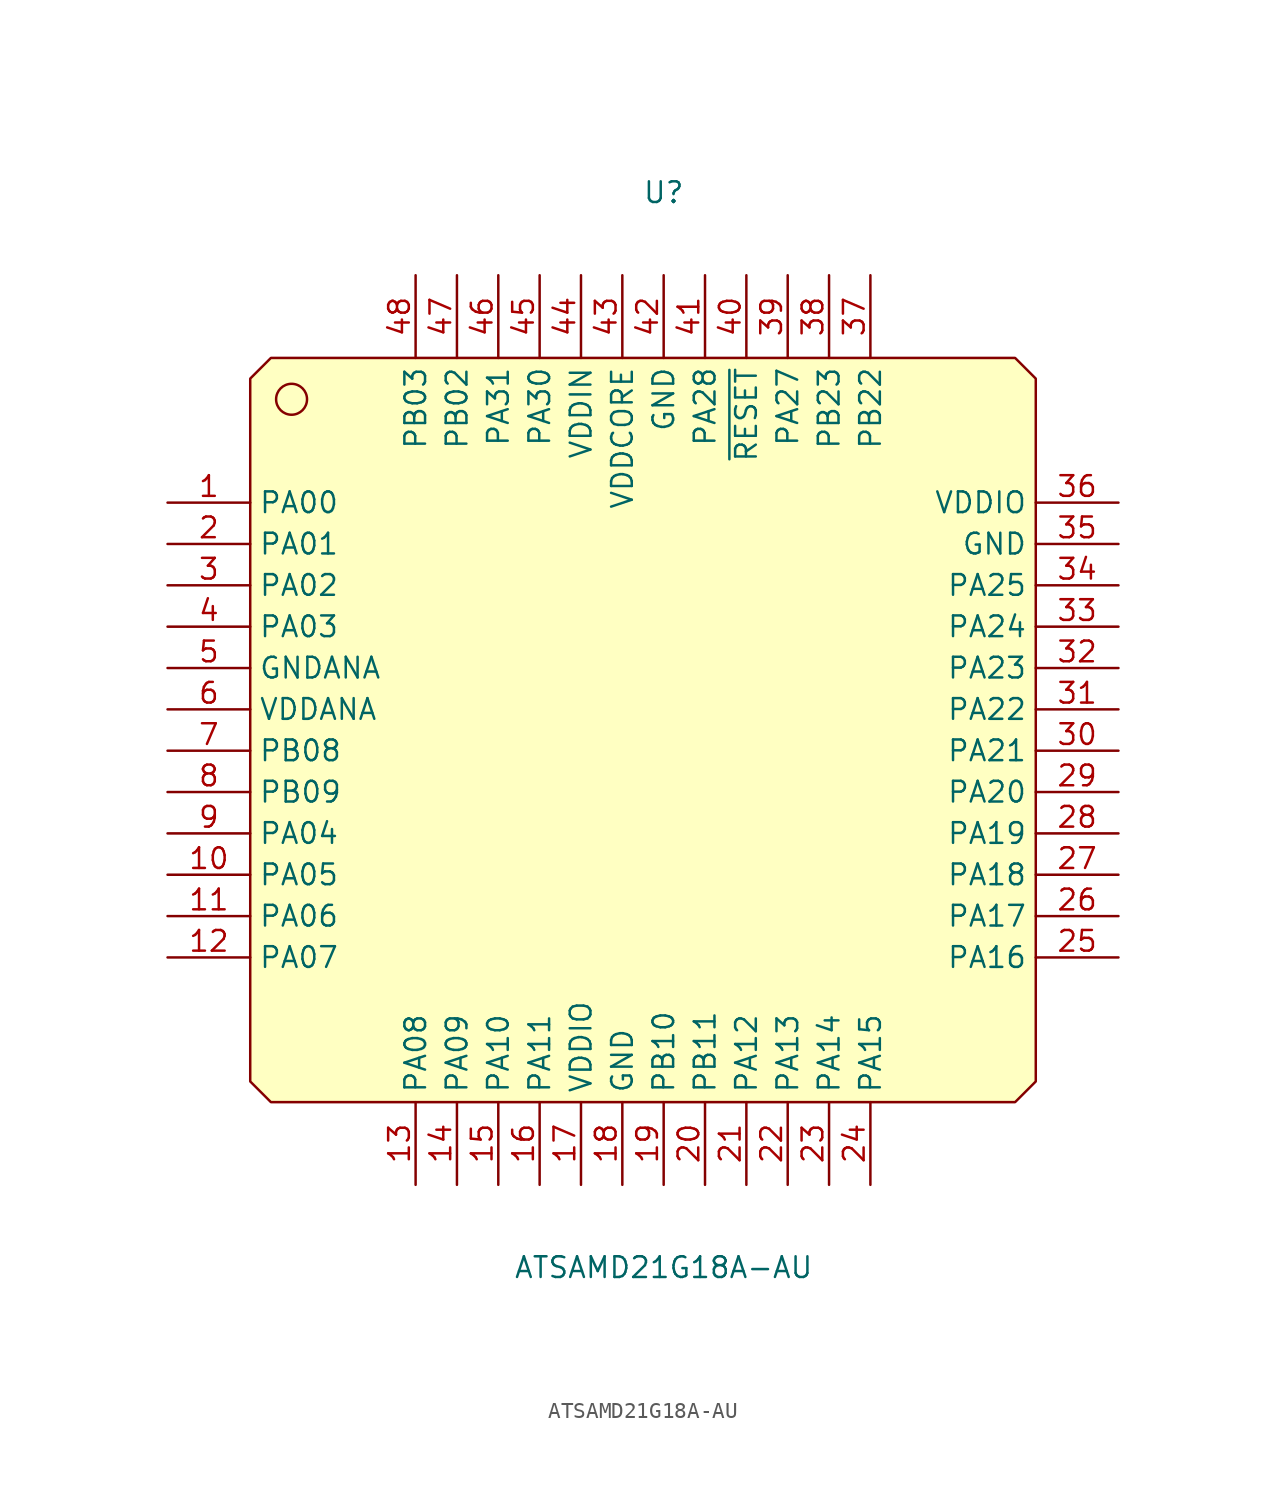
<source format=kicad_sym>
(kicad_symbol_lib
  (version 20211014)
  (generator https://github.com/uPesy/easyeda2kicad.py)
  (symbol "ATSAMD21G18A-AU"
    (property "Reference" "U"
      (at 0 33.02 0)
      (effects (font (size 1.27 1.27))))
    (property "Value" "ATSAMD21G18A-AU"
      (at 0 -33.02 0)
      (effects (font (size 1.27 1.27))))
    (symbol "ATSAMD21G18A-AU_0_1"
      (circle (center -22.86 20.32) (radius 0.95) (stroke (width 0) (type default) (color 0 0 0 0)) (fill (type none)))
      (polyline (pts (xy -24.13 22.86) (xy 21.59 22.86) (xy 22.86 21.59) (xy 22.86 -21.59) (xy 21.59 -22.86) (xy -24.13 -22.86) (xy -25.40 -21.59) (xy -25.40 21.59) (xy -24.13 22.86)) (stroke (width 0) (type default) (color 0 0 0 0)) (fill (type background)))
      (pin unspecified line (at -15.24 -27.94 90) (length 5.08) (name "PA08" (effects (font (size 1.27 1.27)))) (number "13" (effects (font (size 1.27 1.27)))))
      (pin unspecified line (at -12.70 -27.94 90) (length 5.08) (name "PA09" (effects (font (size 1.27 1.27)))) (number "14" (effects (font (size 1.27 1.27)))))
      (pin unspecified line (at -10.16 -27.94 90) (length 5.08) (name "PA10" (effects (font (size 1.27 1.27)))) (number "15" (effects (font (size 1.27 1.27)))))
      (pin unspecified line (at -7.62 -27.94 90) (length 5.08) (name "PA11" (effects (font (size 1.27 1.27)))) (number "16" (effects (font (size 1.27 1.27)))))
      (pin unspecified line (at -5.08 -27.94 90) (length 5.08) (name "VDDIO" (effects (font (size 1.27 1.27)))) (number "17" (effects (font (size 1.27 1.27)))))
      (pin unspecified line (at -2.54 -27.94 90) (length 5.08) (name "GND" (effects (font (size 1.27 1.27)))) (number "18" (effects (font (size 1.27 1.27)))))
      (pin unspecified line (at 0.00 -27.94 90) (length 5.08) (name "PB10" (effects (font (size 1.27 1.27)))) (number "19" (effects (font (size 1.27 1.27)))))
      (pin unspecified line (at 2.54 -27.94 90) (length 5.08) (name "PB11" (effects (font (size 1.27 1.27)))) (number "20" (effects (font (size 1.27 1.27)))))
      (pin unspecified line (at 5.08 -27.94 90) (length 5.08) (name "PA12" (effects (font (size 1.27 1.27)))) (number "21" (effects (font (size 1.27 1.27)))))
      (pin unspecified line (at 7.62 -27.94 90) (length 5.08) (name "PA13" (effects (font (size 1.27 1.27)))) (number "22" (effects (font (size 1.27 1.27)))))
      (pin unspecified line (at 10.16 -27.94 90) (length 5.08) (name "PA14" (effects (font (size 1.27 1.27)))) (number "23" (effects (font (size 1.27 1.27)))))
      (pin unspecified line (at 12.70 -27.94 90) (length 5.08) (name "PA15" (effects (font (size 1.27 1.27)))) (number "24" (effects (font (size 1.27 1.27)))))
      (pin unspecified line (at 27.94 -13.97 180) (length 5.08) (name "PA16" (effects (font (size 1.27 1.27)))) (number "25" (effects (font (size 1.27 1.27)))))
      (pin unspecified line (at 27.94 -11.43 180) (length 5.08) (name "PA17" (effects (font (size 1.27 1.27)))) (number "26" (effects (font (size 1.27 1.27)))))
      (pin unspecified line (at 27.94 -8.89 180) (length 5.08) (name "PA18" (effects (font (size 1.27 1.27)))) (number "27" (effects (font (size 1.27 1.27)))))
      (pin unspecified line (at 27.94 -6.35 180) (length 5.08) (name "PA19" (effects (font (size 1.27 1.27)))) (number "28" (effects (font (size 1.27 1.27)))))
      (pin unspecified line (at 27.94 -3.81 180) (length 5.08) (name "PA20" (effects (font (size 1.27 1.27)))) (number "29" (effects (font (size 1.27 1.27)))))
      (pin unspecified line (at 27.94 -1.27 180) (length 5.08) (name "PA21" (effects (font (size 1.27 1.27)))) (number "30" (effects (font (size 1.27 1.27)))))
      (pin unspecified line (at 27.94 1.27 180) (length 5.08) (name "PA22" (effects (font (size 1.27 1.27)))) (number "31" (effects (font (size 1.27 1.27)))))
      (pin unspecified line (at 27.94 3.81 180) (length 5.08) (name "PA23" (effects (font (size 1.27 1.27)))) (number "32" (effects (font (size 1.27 1.27)))))
      (pin unspecified line (at 27.94 6.35 180) (length 5.08) (name "PA24" (effects (font (size 1.27 1.27)))) (number "33" (effects (font (size 1.27 1.27)))))
      (pin unspecified line (at 27.94 8.89 180) (length 5.08) (name "PA25" (effects (font (size 1.27 1.27)))) (number "34" (effects (font (size 1.27 1.27)))))
      (pin unspecified line (at 27.94 11.43 180) (length 5.08) (name "GND" (effects (font (size 1.27 1.27)))) (number "35" (effects (font (size 1.27 1.27)))))
      (pin unspecified line (at 27.94 13.97 180) (length 5.08) (name "VDDIO" (effects (font (size 1.27 1.27)))) (number "36" (effects (font (size 1.27 1.27)))))
      (pin unspecified line (at 12.70 27.94 270) (length 5.08) (name "PB22" (effects (font (size 1.27 1.27)))) (number "37" (effects (font (size 1.27 1.27)))))
      (pin unspecified line (at 10.16 27.94 270) (length 5.08) (name "PB23" (effects (font (size 1.27 1.27)))) (number "38" (effects (font (size 1.27 1.27)))))
      (pin unspecified line (at 7.62 27.94 270) (length 5.08) (name "PA27" (effects (font (size 1.27 1.27)))) (number "39" (effects (font (size 1.27 1.27)))))
      (pin unspecified line (at 5.08 27.94 270) (length 5.08) (name "~{RESET}" (effects (font (size 1.27 1.27)))) (number "40" (effects (font (size 1.27 1.27)))))
      (pin unspecified line (at 2.54 27.94 270) (length 5.08) (name "PA28" (effects (font (size 1.27 1.27)))) (number "41" (effects (font (size 1.27 1.27)))))
      (pin unspecified line (at 0.00 27.94 270) (length 5.08) (name "GND" (effects (font (size 1.27 1.27)))) (number "42" (effects (font (size 1.27 1.27)))))
      (pin unspecified line (at -2.54 27.94 270) (length 5.08) (name "VDDCORE" (effects (font (size 1.27 1.27)))) (number "43" (effects (font (size 1.27 1.27)))))
      (pin unspecified line (at -5.08 27.94 270) (length 5.08) (name "VDDIN" (effects (font (size 1.27 1.27)))) (number "44" (effects (font (size 1.27 1.27)))))
      (pin unspecified line (at -7.62 27.94 270) (length 5.08) (name "PA30" (effects (font (size 1.27 1.27)))) (number "45" (effects (font (size 1.27 1.27)))))
      (pin unspecified line (at -10.16 27.94 270) (length 5.08) (name "PA31" (effects (font (size 1.27 1.27)))) (number "46" (effects (font (size 1.27 1.27)))))
      (pin unspecified line (at -12.70 27.94 270) (length 5.08) (name "PB02" (effects (font (size 1.27 1.27)))) (number "47" (effects (font (size 1.27 1.27)))))
      (pin unspecified line (at -15.24 27.94 270) (length 5.08) (name "PB03" (effects (font (size 1.27 1.27)))) (number "48" (effects (font (size 1.27 1.27)))))
      (pin unspecified line (at -30.48 13.97 0) (length 5.08) (name "PA00" (effects (font (size 1.27 1.27)))) (number "1" (effects (font (size 1.27 1.27)))))
      (pin unspecified line (at -30.48 11.43 0) (length 5.08) (name "PA01" (effects (font (size 1.27 1.27)))) (number "2" (effects (font (size 1.27 1.27)))))
      (pin unspecified line (at -30.48 8.89 0) (length 5.08) (name "PA02" (effects (font (size 1.27 1.27)))) (number "3" (effects (font (size 1.27 1.27)))))
      (pin unspecified line (at -30.48 6.35 0) (length 5.08) (name "PA03" (effects (font (size 1.27 1.27)))) (number "4" (effects (font (size 1.27 1.27)))))
      (pin unspecified line (at -30.48 3.81 0) (length 5.08) (name "GNDANA" (effects (font (size 1.27 1.27)))) (number "5" (effects (font (size 1.27 1.27)))))
      (pin unspecified line (at -30.48 1.27 0) (length 5.08) (name "VDDANA" (effects (font (size 1.27 1.27)))) (number "6" (effects (font (size 1.27 1.27)))))
      (pin unspecified line (at -30.48 -1.27 0) (length 5.08) (name "PB08" (effects (font (size 1.27 1.27)))) (number "7" (effects (font (size 1.27 1.27)))))
      (pin unspecified line (at -30.48 -3.81 0) (length 5.08) (name "PB09" (effects (font (size 1.27 1.27)))) (number "8" (effects (font (size 1.27 1.27)))))
      (pin unspecified line (at -30.48 -6.35 0) (length 5.08) (name "PA04" (effects (font (size 1.27 1.27)))) (number "9" (effects (font (size 1.27 1.27)))))
      (pin unspecified line (at -30.48 -8.89 0) (length 5.08) (name "PA05" (effects (font (size 1.27 1.27)))) (number "10" (effects (font (size 1.27 1.27)))))
      (pin unspecified line (at -30.48 -11.43 0) (length 5.08) (name "PA06" (effects (font (size 1.27 1.27)))) (number "11" (effects (font (size 1.27 1.27)))))
      (pin unspecified line (at -30.48 -13.97 0) (length 5.08) (name "PA07" (effects (font (size 1.27 1.27)))) (number "12" (effects (font (size 1.27 1.27))))))))
</source>
